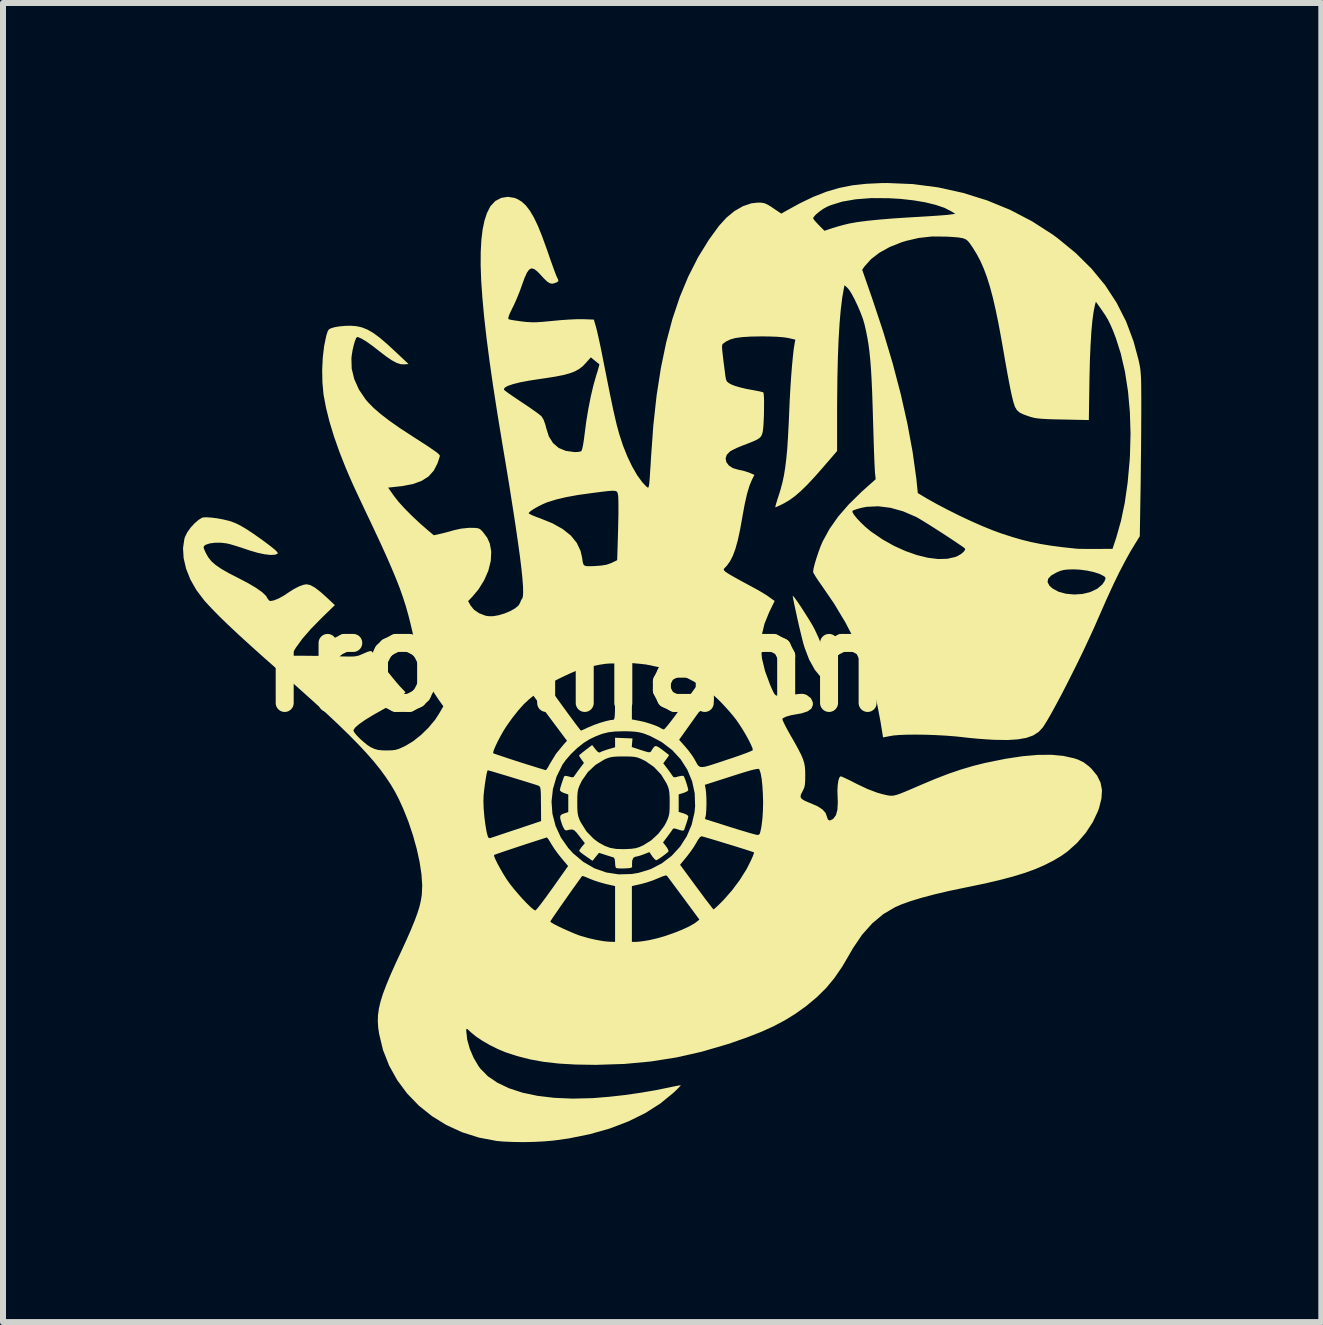
<source format=kicad_pcb>
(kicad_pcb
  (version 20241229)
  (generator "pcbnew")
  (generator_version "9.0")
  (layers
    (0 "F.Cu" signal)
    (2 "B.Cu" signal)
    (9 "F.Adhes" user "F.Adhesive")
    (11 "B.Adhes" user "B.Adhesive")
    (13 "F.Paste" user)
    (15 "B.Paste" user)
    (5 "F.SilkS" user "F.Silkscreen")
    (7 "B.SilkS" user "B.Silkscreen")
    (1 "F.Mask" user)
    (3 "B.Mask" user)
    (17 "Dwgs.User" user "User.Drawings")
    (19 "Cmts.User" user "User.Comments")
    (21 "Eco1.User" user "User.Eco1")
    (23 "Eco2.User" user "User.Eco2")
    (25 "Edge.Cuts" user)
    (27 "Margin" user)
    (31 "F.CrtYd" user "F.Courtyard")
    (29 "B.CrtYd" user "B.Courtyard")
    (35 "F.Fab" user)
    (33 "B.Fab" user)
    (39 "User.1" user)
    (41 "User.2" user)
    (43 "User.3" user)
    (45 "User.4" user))
  (footprint "ironmannew"
    (layer "F.Cu")
    (at 7.98 7.986)
    (property "Reference" "ironmannew" (at 0 0 0) (layer "F.SilkS") (effects (font (size 1.5 1.5) (thickness 0.3))))
    (attr board_only exclude_from_pos_files exclude_from_bom)
    (fp_poly (pts (xy 2.19 -1.101) (xy 2.217 -1.067) (xy 2.257 -1.012) (xy 2.305 -0.941) (xy 2.358 -0.86) (xy 2.412 -0.775) (xy 2.463 -0.693) (xy 2.507 -0.62) (xy 2.539 -0.561) (xy 2.542 -0.556) (xy 2.611 -0.408) (xy 2.674 -0.25) (xy 2.725 -0.099) (xy 2.747 -0.02) (xy 2.77 0.082) (xy 2.788 0.179) (xy 2.799 0.265) (xy 2.804 0.33) (xy 2.8 0.367) (xy 2.797 0.372) (xy 2.776 0.364) (xy 2.735 0.333) (xy 2.682 0.284) (xy 2.663 0.266) (xy 2.55 0.128) (xy 2.454 -0.044) (xy 2.377 -0.247) (xy 2.36 -0.303) (xy 2.343 -0.368) (xy 2.321 -0.457) (xy 2.296 -0.561) (xy 2.27 -0.673) (xy 2.245 -0.786) (xy 2.222 -0.893) (xy 2.202 -0.986) (xy 2.188 -1.057) (xy 2.181 -1.1) (xy 2.18 -1.106)) (stroke (width 0) (type solid)) (fill yes) (layer "F.SilkS"))
    (fp_poly (pts (xy -0.635 1.264) (xy -0.49 1.27) (xy -0.496 1.341) (xy -0.502 1.413) (xy -0.35 1.463) (xy -0.273 1.487) (xy -0.226 1.499) (xy -0.198 1.499) (xy -0.183 1.488) (xy -0.179 1.482) (xy -0.144 1.426) (xy -0.116 1.398) (xy -0.085 1.399) (xy -0.039 1.426) (xy 0.009 1.461) (xy 0.064 1.503) (xy 0.103 1.534) (xy 0.12 1.548) (xy 0.12 1.549) (xy 0.109 1.565) (xy 0.083 1.603) (xy 0.072 1.618) (xy 0.023 1.684) (xy 0.091 1.773) (xy 0.132 1.828) (xy 0.165 1.876) (xy 0.178 1.895) (xy 0.195 1.915) (xy 0.224 1.917) (xy 0.273 1.904) (xy 0.324 1.893) (xy 0.357 1.893) (xy 0.362 1.895) (xy 0.376 1.923) (xy 0.396 1.975) (xy 0.416 2.036) (xy 0.432 2.092) (xy 0.44 2.128) (xy 0.44 2.13) (xy 0.423 2.15) (xy 0.379 2.171) (xy 0.36 2.178) (xy 0.28 2.202) (xy 0.28 2.348) (xy 0.28 2.494) (xy 0.36 2.518) (xy 0.41 2.538) (xy 0.438 2.561) (xy 0.44 2.568) (xy 0.432 2.609) (xy 0.408 2.686) (xy 0.371 2.794) (xy 0.355 2.807) (xy 0.319 2.802) (xy 0.277 2.789) (xy 0.223 2.772) (xy 0.194 2.77) (xy 0.178 2.784) (xy 0.176 2.789) (xy 0.155 2.82) (xy 0.118 2.871) (xy 0.089 2.91) (xy 0.019 3.002) (xy 0.073 3.072) (xy 0.102 3.118) (xy 0.111 3.151) (xy 0.108 3.157) (xy 0.054 3.202) (xy -0.004 3.245) (xy -0.055 3.279) (xy -0.089 3.298) (xy -0.095 3.3) (xy -0.118 3.285) (xy -0.151 3.247) (xy -0.162 3.232) (xy -0.208 3.164) (xy -0.305 3.202) (xy -0.368 3.224) (xy -0.422 3.238) (xy -0.44 3.24) (xy -0.475 3.258) (xy -0.495 3.305) (xy -0.498 3.372) (xy -0.497 3.383) (xy -0.496 3.408) (xy -0.507 3.423) (xy -0.54 3.431) (xy -0.602 3.435) (xy -0.621 3.436) (xy -0.69 3.437) (xy -0.742 3.434) (xy -0.766 3.427) (xy -0.775 3.4) (xy -0.78 3.35) (xy -0.78 3.336) (xy -0.786 3.282) (xy -0.802 3.254) (xy -0.805 3.253) (xy -0.837 3.243) (xy -0.893 3.226) (xy -0.939 3.211) (xy -1.048 3.176) (xy -1.102 3.242) (xy -1.156 3.309) (xy -1.268 3.232) (xy -1.324 3.192) (xy -1.364 3.16) (xy -1.379 3.143) (xy -1.379 3.143) (xy -1.367 3.12) (xy -1.339 3.081) (xy -1.331 3.072) (xy -1.284 3.015) (xy -1.377 2.896) (xy -1.425 2.835) (xy -1.461 2.8) (xy -1.496 2.787) (xy -1.542 2.791) (xy -1.599 2.804) (xy -1.621 2.79) (xy -1.647 2.744) (xy -1.661 2.71) (xy -1.687 2.631) (xy -1.696 2.581) (xy -1.686 2.55) (xy -1.656 2.529) (xy -1.63 2.52) (xy -1.56 2.497) (xy -1.56 2.35) (xy -1.56 2.34) (xy -1.41 2.34) (xy -1.409 2.439) (xy -1.404 2.51) (xy -1.394 2.564) (xy -1.377 2.614) (xy -1.356 2.661) (xy -1.258 2.818) (xy -1.135 2.945) (xy -1.06 3) (xy -0.959 3.057) (xy -0.864 3.093) (xy -0.76 3.111) (xy -0.634 3.115) (xy -0.609 3.114) (xy -0.511 3.109) (xy -0.438 3.099) (xy -0.375 3.08) (xy -0.309 3.05) (xy -0.178 2.968) (xy -0.058 2.857) (xy 0.039 2.729) (xy 0.071 2.67) (xy 0.098 2.611) (xy 0.115 2.561) (xy 0.125 2.506) (xy 0.129 2.434) (xy 0.13 2.34) (xy 0.129 2.24) (xy 0.124 2.168) (xy 0.114 2.111) (xy 0.096 2.059) (xy 0.076 2.016) (xy -0.012 1.872) (xy -0.13 1.747) (xy -0.27 1.649) (xy -0.297 1.635) (xy -0.36 1.605) (xy -0.412 1.586) (xy -0.465 1.576) (xy -0.532 1.571) (xy -0.626 1.57) (xy -0.64 1.57) (xy -0.74 1.571) (xy -0.812 1.576) (xy -0.868 1.586) (xy -0.921 1.604) (xy -0.964 1.624) (xy -1.108 1.712) (xy -1.233 1.83) (xy -1.331 1.97) (xy -1.345 1.997) (xy -1.375 2.06) (xy -1.394 2.112) (xy -1.404 2.165) (xy -1.409 2.232) (xy -1.41 2.326) (xy -1.41 2.34) (xy -1.56 2.34) (xy -1.56 2.203) (xy -1.63 2.18) (xy -1.676 2.159) (xy -1.699 2.135) (xy -1.7 2.131) (xy -1.692 2.091) (xy -1.668 2.014) (xy -1.631 1.907) (xy -1.615 1.893) (xy -1.575 1.898) (xy -1.549 1.905) (xy -1.499 1.918) (xy -1.472 1.913) (xy -1.458 1.895) (xy -1.435 1.861) (xy -1.398 1.809) (xy -1.369 1.77) (xy -1.299 1.678) (xy -1.339 1.621) (xy -1.367 1.58) (xy -1.38 1.556) (xy -1.38 1.554) (xy -1.365 1.538) (xy -1.327 1.506) (xy -1.272 1.464) (xy -1.271 1.462) (xy -1.162 1.38) (xy -1.108 1.45) (xy -1.066 1.496) (xy -1.036 1.505) (xy -1.032 1.502) (xy -1.002 1.487) (xy -0.946 1.467) (xy -0.895 1.45) (xy -0.78 1.417) (xy -0.78 1.338) (xy -0.78 1.258)) (stroke (width 0) (type solid)) (fill yes) (layer "F.SilkS"))
    (fp_poly (pts (xy 4.185 -7.968) (xy 4.605 -7.913) (xy 5.017 -7.822) (xy 5.418 -7.697) (xy 5.803 -7.539) (xy 6.169 -7.348) (xy 6.513 -7.127) (xy 6.598 -7.064) (xy 6.898 -6.818) (xy 7.16 -6.558) (xy 7.387 -6.283) (xy 7.578 -5.99) (xy 7.736 -5.679) (xy 7.86 -5.348) (xy 7.943 -5.039) (xy 7.956 -4.979) (xy 7.967 -4.923) (xy 7.975 -4.867) (xy 7.98 -4.805) (xy 7.985 -4.73) (xy 7.987 -4.639) (xy 7.988 -4.525) (xy 7.989 -4.382) (xy 7.989 -4.206) (xy 7.989 -4.19) (xy 7.988 -4.004) (xy 7.987 -3.789) (xy 7.985 -3.557) (xy 7.982 -3.32) (xy 7.98 -3.09) (xy 7.977 -2.878) (xy 7.976 -2.825) (xy 7.964 -2.1) (xy 7.905 -2.005) (xy 7.81 -1.849) (xy 7.717 -1.681) (xy 7.621 -1.497) (xy 7.521 -1.291) (xy 7.414 -1.058) (xy 7.298 -0.794) (xy 7.266 -0.721) (xy 7.195 -0.56) (xy 7.114 -0.384) (xy 7.027 -0.198) (xy 6.934 -0.006) (xy 6.839 0.185) (xy 6.745 0.371) (xy 6.654 0.548) (xy 6.567 0.71) (xy 6.489 0.853) (xy 6.421 0.971) (xy 6.366 1.059) (xy 6.348 1.086) (xy 6.279 1.161) (xy 6.189 1.219) (xy 6.075 1.26) (xy 5.934 1.285) (xy 5.762 1.296) (xy 5.556 1.293) (xy 5.54 1.293) (xy 5.41 1.285) (xy 5.269 1.275) (xy 5.134 1.262) (xy 5.022 1.25) (xy 5.02 1.249) (xy 4.884 1.235) (xy 4.73 1.223) (xy 4.565 1.214) (xy 4.398 1.208) (xy 4.237 1.206) (xy 4.088 1.207) (xy 3.962 1.212) (xy 3.864 1.22) (xy 3.838 1.224) (xy 3.686 1.252) (xy 3.642 0.984) (xy 3.586 0.687) (xy 3.52 0.417) (xy 3.438 0.159) (xy 3.337 -0.098) (xy 3.231 -0.33) (xy 3.06 -0.66) (xy 2.87 -0.977) (xy 2.67 -1.269) (xy 2.623 -1.336) (xy 6.427 -1.336) (xy 6.457 -1.278) (xy 6.507 -1.231) (xy 6.608 -1.176) (xy 6.732 -1.142) (xy 6.87 -1.129) (xy 7.01 -1.138) (xy 7.138 -1.169) (xy 7.255 -1.225) (xy 7.339 -1.296) (xy 7.373 -1.345) (xy 7.392 -1.388) (xy 7.391 -1.413) (xy 7.368 -1.434) (xy 7.367 -1.434) (xy 7.298 -1.47) (xy 7.201 -1.502) (xy 7.085 -1.527) (xy 6.963 -1.543) (xy 6.87 -1.548) (xy 6.774 -1.546) (xy 6.703 -1.539) (xy 6.644 -1.524) (xy 6.58 -1.498) (xy 6.577 -1.496) (xy 6.487 -1.445) (xy 6.437 -1.391) (xy 6.427 -1.336) (xy 2.623 -1.336) (xy 2.613 -1.35) (xy 2.566 -1.421) (xy 2.534 -1.474) (xy 2.52 -1.503) (xy 2.52 -1.505) (xy 2.527 -1.558) (xy 2.546 -1.637) (xy 2.575 -1.733) (xy 2.609 -1.835) (xy 2.645 -1.933) (xy 2.679 -2.012) (xy 2.792 -2.219) (xy 2.936 -2.425) (xy 3.022 -2.524) (xy 3.176 -2.524) (xy 3.177 -2.499) (xy 3.204 -2.454) (xy 3.252 -2.395) (xy 3.316 -2.327) (xy 3.39 -2.257) (xy 3.47 -2.19) (xy 3.495 -2.171) (xy 3.677 -2.047) (xy 3.867 -1.94) (xy 4.059 -1.853) (xy 4.249 -1.786) (xy 4.433 -1.741) (xy 4.604 -1.72) (xy 4.757 -1.724) (xy 4.889 -1.754) (xy 4.926 -1.769) (xy 4.988 -1.805) (xy 5.032 -1.844) (xy 5.054 -1.878) (xy 5.049 -1.897) (xy 5.014 -1.924) (xy 4.951 -1.967) (xy 4.868 -2.023) (xy 4.77 -2.088) (xy 4.664 -2.157) (xy 4.556 -2.226) (xy 4.454 -2.291) (xy 4.362 -2.348) (xy 4.289 -2.392) (xy 4.24 -2.42) (xy 4.236 -2.422) (xy 4.02 -2.515) (xy 3.808 -2.574) (xy 3.604 -2.599) (xy 3.412 -2.59) (xy 3.32 -2.572) (xy 3.252 -2.553) (xy 3.2 -2.535) (xy 3.176 -2.524) (xy 3.022 -2.524) (xy 3.115 -2.631) (xy 3.33 -2.842) (xy 3.387 -2.893) (xy 3.563 -3.05) (xy 3.552 -3.152) (xy 3.549 -3.196) (xy 3.545 -3.274) (xy 3.54 -3.381) (xy 3.535 -3.513) (xy 3.53 -3.664) (xy 3.525 -3.828) (xy 3.52 -3.992) (xy 3.512 -4.263) (xy 3.504 -4.498) (xy 3.495 -4.702) (xy 3.485 -4.88) (xy 3.473 -5.035) (xy 3.459 -5.172) (xy 3.443 -5.296) (xy 3.424 -5.41) (xy 3.402 -5.52) (xy 3.377 -5.63) (xy 3.35 -5.723) (xy 3.31 -5.829) (xy 3.263 -5.939) (xy 3.213 -6.045) (xy 3.164 -6.137) (xy 3.12 -6.206) (xy 3.094 -6.237) (xy 3.044 -6.283) (xy 3.032 -6.227) (xy 3.005 -6.072) (xy 2.981 -5.878) (xy 2.961 -5.648) (xy 2.945 -5.383) (xy 2.933 -5.083) (xy 2.925 -4.752) (xy 2.921 -4.389) (xy 2.92 -4.195) (xy 2.92 -3.52) (xy 2.681 -3.243) (xy 2.541 -3.084) (xy 2.42 -2.955) (xy 2.313 -2.851) (xy 2.216 -2.767) (xy 2.125 -2.701) (xy 2.038 -2.65) (xy 1.972 -2.617) (xy 1.92 -2.593) (xy 1.893 -2.583) (xy 1.89 -2.583) (xy 1.893 -2.604) (xy 1.907 -2.653) (xy 1.928 -2.723) (xy 1.941 -2.76) (xy 1.977 -2.877) (xy 2.008 -2.992) (xy 2.034 -3.113) (xy 2.055 -3.243) (xy 2.073 -3.389) (xy 2.089 -3.554) (xy 2.101 -3.746) (xy 2.113 -3.968) (xy 2.121 -4.153) (xy 2.13 -4.36) (xy 2.141 -4.564) (xy 2.154 -4.758) (xy 2.168 -4.936) (xy 2.183 -5.092) (xy 2.197 -5.219) (xy 2.212 -5.312) (xy 2.224 -5.376) (xy 2.107 -5.403) (xy 2.03 -5.415) (xy 1.919 -5.424) (xy 1.78 -5.429) (xy 1.65 -5.43) (xy 1.476 -5.427) (xy 1.337 -5.418) (xy 1.226 -5.403) (xy 1.14 -5.379) (xy 1.073 -5.347) (xy 1.039 -5.323) (xy 1.025 -5.313) (xy 1.014 -5.304) (xy 1.007 -5.292) (xy 1.003 -5.271) (xy 1.003 -5.238) (xy 1.007 -5.187) (xy 1.015 -5.114) (xy 1.027 -5.014) (xy 1.044 -4.883) (xy 1.058 -4.771) (xy 1.068 -4.712) (xy 1.086 -4.676) (xy 1.122 -4.648) (xy 1.164 -4.626) (xy 1.224 -4.603) (xy 1.311 -4.578) (xy 1.409 -4.555) (xy 1.468 -4.544) (xy 1.555 -4.528) (xy 1.627 -4.514) (xy 1.676 -4.502) (xy 1.691 -4.496) (xy 1.697 -4.47) (xy 1.701 -4.413) (xy 1.703 -4.332) (xy 1.702 -4.236) (xy 1.701 -4.134) (xy 1.697 -4.034) (xy 1.692 -3.945) (xy 1.685 -3.874) (xy 1.679 -3.833) (xy 1.667 -3.793) (xy 1.65 -3.761) (xy 1.622 -3.733) (xy 1.578 -3.706) (xy 1.511 -3.676) (xy 1.415 -3.638) (xy 1.346 -3.612) (xy 1.265 -3.579) (xy 1.191 -3.544) (xy 1.137 -3.514) (xy 1.136 -3.513) (xy 1.082 -3.458) (xy 1.062 -3.397) (xy 1.074 -3.335) (xy 1.116 -3.279) (xy 1.183 -3.235) (xy 1.272 -3.209) (xy 1.353 -3.192) (xy 1.435 -3.167) (xy 1.456 -3.159) (xy 1.542 -3.122) (xy 1.501 -3.042) (xy 1.459 -2.94) (xy 1.418 -2.802) (xy 1.379 -2.628) (xy 1.341 -2.424) (xy 1.341 -2.42) (xy 1.303 -2.209) (xy 1.265 -2.033) (xy 1.225 -1.889) (xy 1.182 -1.773) (xy 1.134 -1.68) (xy 1.081 -1.607) (xy 1.069 -1.594) (xy 1.051 -1.576) (xy 1.037 -1.561) (xy 1.031 -1.548) (xy 1.035 -1.533) (xy 1.052 -1.514) (xy 1.087 -1.489) (xy 1.14 -1.456) (xy 1.217 -1.412) (xy 1.32 -1.355) (xy 1.452 -1.284) (xy 1.59 -1.209) (xy 1.668 -1.164) (xy 1.747 -1.115) (xy 1.794 -1.082) (xy 1.879 -1.021) (xy 1.788 -0.834) (xy 1.71 -0.642) (xy 1.664 -0.452) (xy 1.65 -0.261) (xy 1.668 -0.063) (xy 1.719 0.148) (xy 1.803 0.375) (xy 1.831 0.439) (xy 1.861 0.504) (xy 1.884 0.54) (xy 1.91 0.556) (xy 1.948 0.56) (xy 1.972 0.56) (xy 2.037 0.557) (xy 2.122 0.549) (xy 2.206 0.538) (xy 2.288 0.528) (xy 2.343 0.526) (xy 2.384 0.534) (xy 2.417 0.548) (xy 2.484 0.6) (xy 2.515 0.668) (xy 2.516 0.714) (xy 2.491 0.773) (xy 2.429 0.818) (xy 2.33 0.851) (xy 2.269 0.862) (xy 2.153 0.883) (xy 2.068 0.907) (xy 2.017 0.933) (xy 2.008 0.944) (xy 2.013 0.967) (xy 2.036 1.017) (xy 2.072 1.089) (xy 2.119 1.175) (xy 2.137 1.207) (xy 2.216 1.344) (xy 2.276 1.454) (xy 2.321 1.542) (xy 2.352 1.616) (xy 2.372 1.68) (xy 2.383 1.743) (xy 2.388 1.809) (xy 2.389 1.88) (xy 2.388 1.975) (xy 2.383 2.041) (xy 2.372 2.091) (xy 2.352 2.135) (xy 2.342 2.154) (xy 2.316 2.206) (xy 2.31 2.245) (xy 2.33 2.277) (xy 2.378 2.307) (xy 2.459 2.342) (xy 2.482 2.351) (xy 2.598 2.402) (xy 2.678 2.455) (xy 2.728 2.512) (xy 2.749 2.57) (xy 2.767 2.622) (xy 2.798 2.638) (xy 2.844 2.617) (xy 2.859 2.605) (xy 2.901 2.548) (xy 2.925 2.458) (xy 2.932 2.334) (xy 2.928 2.24) (xy 2.925 2.14) (xy 2.93 2.048) (xy 2.941 1.972) (xy 2.958 1.92) (xy 2.98 1.9) (xy 2.981 1.9) (xy 3.004 1.909) (xy 3.057 1.933) (xy 3.131 1.968) (xy 3.219 2.013) (xy 3.248 2.028) (xy 3.428 2.113) (xy 3.583 2.172) (xy 3.67 2.197) (xy 3.729 2.211) (xy 3.777 2.221) (xy 3.819 2.225) (xy 3.862 2.222) (xy 3.912 2.21) (xy 3.974 2.189) (xy 4.055 2.156) (xy 4.162 2.111) (xy 4.293 2.054) (xy 4.545 1.948) (xy 4.772 1.86) (xy 4.983 1.788) (xy 5.186 1.728) (xy 5.39 1.677) (xy 5.41 1.673) (xy 5.726 1.609) (xy 6.01 1.566) (xy 6.264 1.544) (xy 6.491 1.542) (xy 6.692 1.561) (xy 6.87 1.601) (xy 6.936 1.623) (xy 7.029 1.668) (xy 7.118 1.736) (xy 7.161 1.777) (xy 7.253 1.889) (xy 7.31 2.006) (xy 7.334 2.131) (xy 7.325 2.271) (xy 7.285 2.431) (xy 7.267 2.481) (xy 7.181 2.664) (xy 7.063 2.844) (xy 6.92 3.01) (xy 6.76 3.153) (xy 6.659 3.225) (xy 6.523 3.306) (xy 6.379 3.379) (xy 6.223 3.447) (xy 6.05 3.51) (xy 5.855 3.57) (xy 5.635 3.628) (xy 5.384 3.687) (xy 5.099 3.746) (xy 5.04 3.758) (xy 4.782 3.812) (xy 4.544 3.868) (xy 4.329 3.925) (xy 4.141 3.982) (xy 3.986 4.038) (xy 3.89 4.08) (xy 3.689 4.198) (xy 3.505 4.352) (xy 3.336 4.541) (xy 3.183 4.767) (xy 3.13 4.86) (xy 3.002 5.078) (xy 2.873 5.265) (xy 2.736 5.43) (xy 2.583 5.581) (xy 2.408 5.727) (xy 2.377 5.75) (xy 2.215 5.865) (xy 2.045 5.969) (xy 1.862 6.066) (xy 1.659 6.158) (xy 1.429 6.248) (xy 1.168 6.34) (xy 1.086 6.367) (xy 0.662 6.491) (xy 0.241 6.586) (xy -0.184 6.653) (xy -0.623 6.694) (xy -1.085 6.709) (xy -1.13 6.709) (xy -1.439 6.704) (xy -1.715 6.688) (xy -1.966 6.66) (xy -2.197 6.618) (xy -2.416 6.562) (xy -2.605 6.5) (xy -2.732 6.447) (xy -2.863 6.382) (xy -2.99 6.309) (xy -3.1 6.235) (xy -3.183 6.167) (xy -3.185 6.165) (xy -3.229 6.123) (xy -3.251 6.108) (xy -3.259 6.116) (xy -3.26 6.142) (xy -3.245 6.286) (xy -3.202 6.44) (xy -3.137 6.593) (xy -3.055 6.732) (xy -3.025 6.772) (xy -2.899 6.9) (xy -2.738 7.009) (xy -2.546 7.1) (xy -2.323 7.173) (xy -2.071 7.226) (xy -1.792 7.259) (xy -1.488 7.272) (xy -1.161 7.264) (xy -1.117 7.261) (xy -0.875 7.241) (xy -0.615 7.212) (xy -0.352 7.174) (xy -0.1 7.131) (xy 0.1 7.09) (xy 0.186 7.072) (xy 0.256 7.058) (xy 0.302 7.05) (xy 0.316 7.049) (xy 0.304 7.064) (xy 0.27 7.1) (xy 0.219 7.15) (xy 0.19 7.177) (xy -0.027 7.354) (xy -0.277 7.513) (xy -0.557 7.651) (xy -0.865 7.769) (xy -1.199 7.864) (xy -1.555 7.936) (xy -1.797 7.97) (xy -1.953 7.984) (xy -2.129 7.993) (xy -2.312 7.997) (xy -2.489 7.994) (xy -2.65 7.987) (xy -2.756 7.977) (xy -3.051 7.921) (xy -3.33 7.832) (xy -3.592 7.712) (xy -3.833 7.563) (xy -4.052 7.387) (xy -4.245 7.187) (xy -4.41 6.965) (xy -4.545 6.722) (xy -4.647 6.463) (xy -4.712 6.194) (xy -4.728 6.086) (xy -4.734 5.983) (xy -4.731 5.88) (xy -4.716 5.773) (xy -4.689 5.656) (xy -4.648 5.525) (xy -4.592 5.377) (xy -4.521 5.206) (xy -4.432 5.007) (xy -4.354 4.84) (xy -4.26 4.636) (xy -4.184 4.463) (xy -4.126 4.321) (xy -1.86 4.321) (xy -1.843 4.337) (xy -1.796 4.365) (xy -1.728 4.4) (xy -1.646 4.439) (xy -1.557 4.479) (xy -1.47 4.516) (xy -1.392 4.547) (xy -1.357 4.559) (xy -1.23 4.596) (xy -1.098 4.626) (xy -0.974 4.648) (xy -0.873 4.658) (xy -0.865 4.658) (xy -0.78 4.66) (xy -0.5 4.66) (xy -0.432 4.66) (xy -0.379 4.656) (xy -0.302 4.646) (xy -0.217 4.632) (xy -0.207 4.63) (xy -0.077 4.6) (xy 0.064 4.559) (xy 0.204 4.51) (xy 0.337 4.457) (xy 0.453 4.403) (xy 0.543 4.352) (xy 0.577 4.327) (xy 0.625 4.288) (xy 0.36 3.929) (xy 0.282 3.824) (xy 0.212 3.73) (xy 0.154 3.651) (xy 0.11 3.593) (xy 0.085 3.56) (xy 0.081 3.554) (xy 0.057 3.554) (xy 0.008 3.57) (xy -0.056 3.597) (xy -0.062 3.599) (xy -0.149 3.635) (xy -0.253 3.67) (xy -0.345 3.695) (xy -0.5 3.73) (xy -0.5 4.195) (xy -0.5 4.66) (xy -0.78 4.66) (xy -0.78 4.195) (xy -0.78 3.73) (xy -0.931 3.696) (xy -1.026 3.67) (xy -1.126 3.638) (xy -1.202 3.608) (xy -1.263 3.582) (xy -1.309 3.565) (xy -1.328 3.562) (xy -1.348 3.588) (xy -1.385 3.639) (xy -1.436 3.71) (xy -1.497 3.795) (xy -1.563 3.889) (xy -1.631 3.986) (xy -1.697 4.08) (xy -1.756 4.166) (xy -1.806 4.238) (xy -1.841 4.291) (xy -1.859 4.319) (xy -1.86 4.321) (xy -4.126 4.321) (xy -4.123 4.315) (xy -4.076 4.188) (xy -4.041 4.077) (xy -4.017 3.976) (xy -4.002 3.882) (xy -4.001 3.878) (xy -3.994 3.721) (xy -4.006 3.536) (xy -4.037 3.331) (xy -4.063 3.211) (xy -2.797 3.211) (xy -2.795 3.234) (xy -2.775 3.283) (xy -2.742 3.351) (xy -2.698 3.432) (xy -2.649 3.518) (xy -2.597 3.601) (xy -2.591 3.611) (xy -2.539 3.685) (xy -2.475 3.767) (xy -2.403 3.852) (xy -2.329 3.936) (xy -2.258 4.011) (xy -2.195 4.073) (xy -2.144 4.117) (xy -2.112 4.136) (xy -2.107 4.136) (xy -2.089 4.118) (xy -2.051 4.073) (xy -1.998 4.004) (xy -1.933 3.917) (xy -1.86 3.815) (xy -1.822 3.763) (xy -1.563 3.396) (xy -1.671 3.268) (xy -1.733 3.19) (xy -1.793 3.107) (xy -1.839 3.035) (xy -1.842 3.03) (xy -1.876 2.973) (xy -1.903 2.933) (xy -1.917 2.92) (xy -1.939 2.926) (xy -1.992 2.943) (xy -2.07 2.968) (xy -2.165 2.999) (xy -2.273 3.034) (xy -2.385 3.071) (xy -2.496 3.108) (xy -2.598 3.142) (xy -2.686 3.172) (xy -2.752 3.195) (xy -2.79 3.209) (xy -2.797 3.211) (xy -4.063 3.211) (xy -4.085 3.112) (xy -4.148 2.885) (xy -4.224 2.657) (xy -4.313 2.435) (xy -4.368 2.315) (xy -2.974 2.315) (xy -2.97 2.436) (xy -2.959 2.57) (xy -2.942 2.705) (xy -2.921 2.827) (xy -2.918 2.84) (xy -2.902 2.9) (xy -2.886 2.928) (xy -2.865 2.931) (xy -2.863 2.931) (xy -2.835 2.922) (xy -2.775 2.902) (xy -2.689 2.873) (xy -2.584 2.838) (xy -2.464 2.798) (xy -2.421 2.784) (xy -2.013 2.647) (xy -2.015 2.36) (xy -2.016 2.321) (xy -1.839 2.321) (xy -1.824 2.526) (xy -1.772 2.727) (xy -1.685 2.917) (xy -1.561 3.095) (xy -1.482 3.182) (xy -1.312 3.325) (xy -1.127 3.433) (xy -0.928 3.503) (xy -0.72 3.535) (xy -0.504 3.529) (xy -0.39 3.51) (xy -0.187 3.448) (xy -0.047 3.375) (xy 0.303 3.375) (xy 0.577 3.747) (xy 0.655 3.852) (xy 0.725 3.947) (xy 0.785 4.024) (xy 0.829 4.082) (xy 0.856 4.114) (xy 0.861 4.119) (xy 0.879 4.106) (xy 0.918 4.07) (xy 0.974 4.016) (xy 1.034 3.955) (xy 1.17 3.8) (xy 1.299 3.627) (xy 1.411 3.448) (xy 1.482 3.308) (xy 1.511 3.243) (xy 1.53 3.194) (xy 1.536 3.171) (xy 1.536 3.17) (xy 1.515 3.161) (xy 1.462 3.144) (xy 1.384 3.118) (xy 1.287 3.088) (xy 1.179 3.054) (xy 1.066 3.02) (xy 0.955 2.986) (xy 0.853 2.955) (xy 0.765 2.929) (xy 0.7 2.91) (xy 0.663 2.901) (xy 0.657 2.9) (xy 0.634 2.917) (xy 0.602 2.959) (xy 0.574 3.008) (xy 0.533 3.077) (xy 0.476 3.159) (xy 0.416 3.238) (xy 0.41 3.245) (xy 0.303 3.375) (xy -0.047 3.375) (xy -0.002 3.352) (xy 0.162 3.227) (xy 0.302 3.075) (xy 0.414 2.901) (xy 0.496 2.709) (xy 0.544 2.502) (xy 0.554 2.4) (xy 0.547 2.185) (xy 0.517 2.043) (xy 0.716 2.043) (xy 0.73 2.115) (xy 0.737 2.18) (xy 0.742 2.269) (xy 0.743 2.366) (xy 0.74 2.458) (xy 0.735 2.531) (xy 0.731 2.557) (xy 0.718 2.613) (xy 1.134 2.745) (xy 1.259 2.784) (xy 1.372 2.818) (xy 1.469 2.847) (xy 1.542 2.867) (xy 1.585 2.877) (xy 1.593 2.878) (xy 1.614 2.875) (xy 1.63 2.859) (xy 1.642 2.821) (xy 1.656 2.755) (xy 1.662 2.715) (xy 1.676 2.601) (xy 1.684 2.471) (xy 1.687 2.332) (xy 1.683 2.193) (xy 1.675 2.061) (xy 1.663 1.945) (xy 1.646 1.851) (xy 1.625 1.788) (xy 1.62 1.78) (xy 1.603 1.776) (xy 1.562 1.782) (xy 1.494 1.798) (xy 1.396 1.826) (xy 1.264 1.867) (xy 1.161 1.9) (xy 0.716 2.043) (xy 0.517 2.043) (xy 0.503 1.981) (xy 0.424 1.791) (xy 0.313 1.617) (xy 0.171 1.463) (xy 0.001 1.333) (xy -0.075 1.292) (xy 0.287 1.292) (xy 0.384 1.401) (xy 0.443 1.471) (xy 0.498 1.545) (xy 0.534 1.6) (xy 0.565 1.655) (xy 0.588 1.698) (xy 0.611 1.727) (xy 0.637 1.743) (xy 0.673 1.747) (xy 0.723 1.74) (xy 0.794 1.72) (xy 0.891 1.689) (xy 1.019 1.647) (xy 1.071 1.629) (xy 1.196 1.588) (xy 1.308 1.549) (xy 1.401 1.515) (xy 1.469 1.488) (xy 1.508 1.47) (xy 1.515 1.464) (xy 1.51 1.433) (xy 1.486 1.376) (xy 1.448 1.299) (xy 1.4 1.211) (xy 1.345 1.119) (xy 1.287 1.029) (xy 1.235 0.954) (xy 1.181 0.886) (xy 1.116 0.81) (xy 1.048 0.734) (xy 0.98 0.662) (xy 0.919 0.602) (xy 0.871 0.56) (xy 0.842 0.54) (xy 0.839 0.54) (xy 0.824 0.556) (xy 0.789 0.599) (xy 0.738 0.667) (xy 0.674 0.753) (xy 0.6 0.854) (xy 0.555 0.916) (xy 0.287 1.292) (xy -0.075 1.292) (xy -0.195 1.229) (xy -0.3 1.188) (xy -0.37 1.169) (xy -0.452 1.157) (xy -0.555 1.151) (xy -0.64 1.15) (xy -0.778 1.154) (xy -0.891 1.167) (xy -0.995 1.193) (xy -1.104 1.235) (xy -1.205 1.283) (xy -1.303 1.344) (xy -1.41 1.429) (xy -1.514 1.528) (xy -1.603 1.631) (xy -1.658 1.708) (xy -1.756 1.908) (xy -1.816 2.113) (xy -1.839 2.321) (xy -2.016 2.321) (xy -2.016 2.247) (xy -2.018 2.168) (xy -2.022 2.116) (xy -2.029 2.085) (xy -2.04 2.067) (xy -2.055 2.058) (xy -2.064 2.055) (xy -2.098 2.043) (xy -2.162 2.023) (xy -2.247 1.996) (xy -2.348 1.965) (xy -2.457 1.932) (xy -2.567 1.898) (xy -2.672 1.867) (xy -2.765 1.839) (xy -2.839 1.817) (xy -2.887 1.804) (xy -2.902 1.8) (xy -2.911 1.819) (xy -2.923 1.87) (xy -2.936 1.945) (xy -2.95 2.038) (xy -2.963 2.141) (xy -2.971 2.22) (xy -2.974 2.315) (xy -4.368 2.315) (xy -4.379 2.29) (xy -4.443 2.166) (xy -4.515 2.043) (xy -4.597 1.919) (xy -4.69 1.791) (xy -4.797 1.658) (xy -4.92 1.517) (xy -4.933 1.503) (xy -2.812 1.503) (xy -2.81 1.517) (xy -2.789 1.525) (xy -2.737 1.543) (xy -2.659 1.569) (xy -2.564 1.601) (xy -2.457 1.636) (xy -2.344 1.672) (xy -2.234 1.707) (xy -2.131 1.739) (xy -2.044 1.766) (xy -1.978 1.786) (xy -1.94 1.797) (xy -1.935 1.798) (xy -1.919 1.783) (xy -1.893 1.741) (xy -1.868 1.695) (xy -1.764 1.525) (xy -1.637 1.37) (xy -1.581 1.309) (xy -1.861 0.934) (xy -2.141 0.558) (xy -2.215 0.619) (xy -2.3 0.698) (xy -2.395 0.805) (xy -2.494 0.93) (xy -2.585 1.058) (xy -2.636 1.137) (xy -2.686 1.225) (xy -2.732 1.312) (xy -2.771 1.393) (xy -2.799 1.459) (xy -2.812 1.503) (xy -4.933 1.503) (xy -5.06 1.367) (xy -5.221 1.204) (xy -5.402 1.028) (xy -5.608 0.835) (xy -5.84 0.624) (xy -6.099 0.392) (xy -6.36 0.162) (xy -6.622 -0.069) (xy -6.854 -0.277) (xy -7.057 -0.462) (xy -7.232 -0.626) (xy -7.381 -0.771) (xy -7.505 -0.898) (xy -7.606 -1.007) (xy -7.631 -1.036) (xy -7.758 -1.204) (xy -7.858 -1.38) (xy -7.929 -1.559) (xy -7.97 -1.735) (xy -7.98 -1.903) (xy -7.957 -2.058) (xy -7.946 -2.091) (xy -7.911 -2.162) (xy -7.857 -2.239) (xy -7.791 -2.312) (xy -7.723 -2.371) (xy -7.663 -2.408) (xy -7.65 -2.412) (xy -7.595 -2.416) (xy -7.512 -2.411) (xy -7.414 -2.399) (xy -7.312 -2.38) (xy -7.217 -2.357) (xy -7.182 -2.347) (xy -7.104 -2.317) (xy -7.019 -2.275) (xy -6.921 -2.217) (xy -6.806 -2.141) (xy -6.667 -2.043) (xy -6.61 -2.001) (xy -6.51 -1.925) (xy -6.443 -1.87) (xy -6.407 -1.832) (xy -6.4 -1.812) (xy -6.401 -1.811) (xy -6.445 -1.792) (xy -6.52 -1.788) (xy -6.619 -1.799) (xy -6.737 -1.824) (xy -6.867 -1.862) (xy -6.903 -1.874) (xy -7.006 -1.909) (xy -7.107 -1.941) (xy -7.195 -1.967) (xy -7.25 -1.98) (xy -7.345 -1.992) (xy -7.444 -1.992) (xy -7.532 -1.981) (xy -7.599 -1.959) (xy -7.612 -1.951) (xy -7.632 -1.934) (xy -7.637 -1.913) (xy -7.626 -1.878) (xy -7.6 -1.82) (xy -7.559 -1.748) (xy -7.506 -1.682) (xy -7.434 -1.619) (xy -7.339 -1.554) (xy -7.216 -1.484) (xy -7.068 -1.408) (xy -6.899 -1.32) (xy -6.764 -1.24) (xy -6.662 -1.168) (xy -6.596 -1.105) (xy -6.57 -1.059) (xy -6.544 -1.027) (xy -6.521 -1.02) (xy -6.461 -1.032) (xy -6.382 -1.065) (xy -6.295 -1.113) (xy -6.238 -1.152) (xy -6.144 -1.213) (xy -6.051 -1.262) (xy -5.969 -1.292) (xy -5.92 -1.299) (xy -5.86 -1.286) (xy -5.784 -1.245) (xy -5.691 -1.174) (xy -5.587 -1.081) (xy -5.45 -0.952) (xy -5.677 -0.731) (xy -5.851 -0.553) (xy -5.993 -0.39) (xy -6.099 -0.243) (xy -6.137 -0.181) (xy -6.178 -0.108) (xy -5.954 -0.108) (xy -5.85 -0.107) (xy -5.721 -0.106) (xy -5.58 -0.103) (xy -5.444 -0.1) (xy -5.41 -0.099) (xy -5.29 -0.096) (xy -5.202 -0.095) (xy -5.138 -0.096) (xy -5.09 -0.102) (xy -5.05 -0.112) (xy -5.011 -0.128) (xy -4.971 -0.145) (xy -4.909 -0.172) (xy -4.862 -0.186) (xy -4.84 -0.185) (xy -4.823 -0.165) (xy -4.787 -0.119) (xy -4.735 -0.053) (xy -4.672 0.028) (xy -4.631 0.08) (xy -4.556 0.174) (xy -4.483 0.263) (xy -4.419 0.341) (xy -4.369 0.398) (xy -4.353 0.415) (xy -4.272 0.5) (xy -4.358 0.588) (xy -4.414 0.636) (xy -4.492 0.693) (xy -4.582 0.75) (xy -4.637 0.781) (xy -4.808 0.877) (xy -4.944 0.96) (xy -5.045 1.031) (xy -5.11 1.087) (xy -5.139 1.13) (xy -5.14 1.139) (xy -5.125 1.17) (xy -5.087 1.217) (xy -5.033 1.273) (xy -4.97 1.329) (xy -4.909 1.379) (xy -4.855 1.414) (xy -4.852 1.416) (xy -4.79 1.444) (xy -4.731 1.461) (xy -4.66 1.468) (xy -4.589 1.47) (xy -4.506 1.468) (xy -4.443 1.461) (xy -4.384 1.444) (xy -4.314 1.413) (xy -4.269 1.391) (xy -4.143 1.315) (xy -4.013 1.211) (xy -3.889 1.09) (xy -3.781 0.961) (xy -3.716 0.862) (xy -3.642 0.734) (xy -3.729 0.612) (xy -3.819 0.475) (xy -3.868 0.383) (xy -1.9 0.383) (xy -1.889 0.403) (xy -1.858 0.448) (xy -1.811 0.514) (xy -1.753 0.596) (xy -1.687 0.687) (xy -1.617 0.783) (xy -1.548 0.878) (xy -1.483 0.965) (xy -1.427 1.041) (xy -1.383 1.098) (xy -1.355 1.133) (xy -1.348 1.14) (xy -1.33 1.132) (xy -1.284 1.112) (xy -1.222 1.083) (xy -1.217 1.081) (xy -1.129 1.044) (xy -1.032 1.01) (xy -0.937 0.982) (xy -0.858 0.964) (xy -0.816 0.96) (xy -0.804 0.958) (xy -0.796 0.947) (xy -0.789 0.925) (xy -0.785 0.885) (xy -0.782 0.823) (xy -0.781 0.734) (xy -0.78 0.614) (xy -0.78 0.49) (xy -0.78 0.02) (xy -0.861 0.02) (xy -0.939 0.026) (xy -1.043 0.042) (xy -1.16 0.066) (xy -1.278 0.095) (xy -1.37 0.123) (xy -1.44 0.148) (xy -1.523 0.183) (xy -1.613 0.224) (xy -1.702 0.267) (xy -1.783 0.308) (xy -1.847 0.344) (xy -1.889 0.371) (xy -1.9 0.383) (xy -3.868 0.383) (xy -3.897 0.329) (xy -3.967 0.169) (xy -4.021 0.014) (xy -0.5 0.014) (xy -0.5 0.484) (xy -0.5 0.953) (xy -0.373 0.977) (xy -0.291 0.995) (xy -0.202 1.022) (xy -0.118 1.051) (xy -0.05 1.08) (xy -0.011 1.103) (xy 0.026 1.119) (xy 0.033 1.12) (xy 0.052 1.104) (xy 0.089 1.061) (xy 0.142 0.995) (xy 0.206 0.911) (xy 0.276 0.814) (xy 0.283 0.805) (xy 0.356 0.702) (xy 0.425 0.607) (xy 0.484 0.525) (xy 0.529 0.462) (xy 0.555 0.427) (xy 0.602 0.363) (xy 0.514 0.311) (xy 0.336 0.22) (xy 0.138 0.141) (xy -0.065 0.079) (xy -0.261 0.038) (xy -0.355 0.027) (xy -0.5 0.014) (xy -4.021 0.014) (xy -4.03 -0.011) (xy -4.089 -0.218) (xy -4.146 -0.458) (xy -4.151 -0.48) (xy -4.188 -0.639) (xy -4.226 -0.788) (xy -4.267 -0.934) (xy -4.314 -1.08) (xy -4.367 -1.231) (xy -4.43 -1.392) (xy -4.503 -1.567) (xy -4.588 -1.762) (xy -4.687 -1.98) (xy -4.802 -2.226) (xy -4.87 -2.37) (xy -4.953 -2.544) (xy -5.02 -2.687) (xy -5.076 -2.806) (xy -5.122 -2.905) (xy -5.161 -2.991) (xy -5.195 -3.068) (xy -5.228 -3.144) (xy -5.261 -3.222) (xy -5.265 -3.23) (xy -5.371 -3.498) (xy -5.464 -3.762) (xy -5.541 -4.015) (xy -5.599 -4.249) (xy -5.638 -4.459) (xy -5.639 -4.466) (xy -5.657 -4.663) (xy -5.661 -4.871) (xy -5.651 -5.078) (xy -5.628 -5.272) (xy -5.593 -5.441) (xy -5.589 -5.453) (xy -5.57 -5.513) (xy -5.549 -5.547) (xy -5.513 -5.566) (xy -5.455 -5.583) (xy -5.38 -5.596) (xy -5.286 -5.605) (xy -5.195 -5.608) (xy -5.095 -5.601) (xy -5.001 -5.581) (xy -4.908 -5.544) (xy -4.81 -5.488) (xy -4.703 -5.409) (xy -4.58 -5.304) (xy -4.483 -5.215) (xy -4.222 -4.97) (xy -4.292 -4.964) (xy -4.353 -4.967) (xy -4.421 -4.989) (xy -4.501 -5.032) (xy -4.599 -5.099) (xy -4.717 -5.19) (xy -4.829 -5.277) (xy -4.926 -5.346) (xy -5.006 -5.393) (xy -5.062 -5.418) (xy -5.078 -5.42) (xy -5.095 -5.402) (xy -5.115 -5.353) (xy -5.136 -5.282) (xy -5.155 -5.198) (xy -5.169 -5.11) (xy -5.174 -5.062) (xy -5.169 -4.891) (xy -5.126 -4.717) (xy -5.049 -4.545) (xy -4.939 -4.382) (xy -4.896 -4.332) (xy -4.804 -4.238) (xy -4.687 -4.137) (xy -4.543 -4.026) (xy -4.368 -3.903) (xy -4.159 -3.767) (xy -4.15 -3.761) (xy -4.009 -3.67) (xy -3.899 -3.599) (xy -3.817 -3.543) (xy -3.759 -3.502) (xy -3.723 -3.472) (xy -3.704 -3.451) (xy -3.7 -3.44) (xy -3.707 -3.412) (xy -3.724 -3.36) (xy -3.74 -3.313) (xy -3.802 -3.193) (xy -3.888 -3.096) (xy -4.003 -3.023) (xy -4.147 -2.97) (xy -4.325 -2.936) (xy -4.352 -2.933) (xy -4.562 -2.91) (xy -4.464 -2.77) (xy -4.389 -2.674) (xy -4.287 -2.562) (xy -4.165 -2.439) (xy -4.029 -2.312) (xy -3.916 -2.213) (xy -3.801 -2.116) (xy -3.696 -2.139) (xy -3.617 -2.158) (xy -3.524 -2.183) (xy -3.463 -2.201) (xy -3.343 -2.227) (xy -3.213 -2.24) (xy -3.19 -2.24) (xy -3.114 -2.239) (xy -3.065 -2.233) (xy -3.032 -2.219) (xy -3.001 -2.191) (xy -2.982 -2.17) (xy -2.911 -2.075) (xy -2.868 -1.98) (xy -2.847 -1.867) (xy -2.844 -1.837) (xy -2.852 -1.686) (xy -2.892 -1.526) (xy -2.962 -1.366) (xy -3.057 -1.213) (xy -3.156 -1.095) (xy -3.229 -1.019) (xy -3.19 -0.948) (xy -3.132 -0.876) (xy -3.046 -0.817) (xy -2.943 -0.777) (xy -2.895 -0.768) (xy -2.813 -0.767) (xy -2.719 -0.784) (xy -2.621 -0.813) (xy -2.528 -0.852) (xy -2.448 -0.897) (xy -2.39 -0.945) (xy -2.363 -0.99) (xy -2.363 -0.991) (xy -2.344 -1.039) (xy -2.328 -1.061) (xy -2.316 -1.095) (xy -2.312 -1.161) (xy -2.314 -1.261) (xy -2.324 -1.394) (xy -2.341 -1.562) (xy -2.366 -1.766) (xy -2.399 -2.004) (xy -2.439 -2.279) (xy -2.47 -2.483) (xy -2.22 -2.483) (xy -2.202 -2.469) (xy -2.155 -2.447) (xy -2.086 -2.419) (xy -2.035 -2.401) (xy -1.825 -2.316) (xy -1.653 -2.22) (xy -1.518 -2.112) (xy -1.419 -1.99) (xy -1.355 -1.855) (xy -1.329 -1.74) (xy -1.32 -1.674) (xy -1.308 -1.631) (xy -1.286 -1.609) (xy -1.246 -1.6) (xy -1.179 -1.601) (xy -1.115 -1.603) (xy -1.004 -1.612) (xy -0.92 -1.626) (xy -0.852 -1.65) (xy -0.837 -1.656) (xy -0.745 -1.701) (xy -0.73 -2.198) (xy -0.727 -2.34) (xy -0.724 -2.473) (xy -0.724 -2.59) (xy -0.725 -2.685) (xy -0.727 -2.752) (xy -0.729 -2.777) (xy -0.735 -2.809) (xy -0.742 -2.832) (xy -0.757 -2.848) (xy -0.784 -2.856) (xy -0.828 -2.858) (xy -0.895 -2.853) (xy -0.99 -2.842) (xy -1.117 -2.826) (xy -1.17 -2.819) (xy -1.401 -2.787) (xy -1.597 -2.751) (xy -1.762 -2.712) (xy -1.903 -2.668) (xy -1.921 -2.662) (xy -1.994 -2.63) (xy -2.069 -2.592) (xy -2.137 -2.553) (xy -2.19 -2.517) (xy -2.218 -2.49) (xy -2.22 -2.483) (xy -2.47 -2.483) (xy -2.487 -2.591) (xy -2.542 -2.941) (xy -2.606 -3.328) (xy -2.66 -3.65) (xy -2.741 -4.143) (xy -2.804 -4.549) (xy -2.633 -4.549) (xy -2.63 -4.54) (xy -2.609 -4.522) (xy -2.561 -4.486) (xy -2.49 -4.437) (xy -2.403 -4.378) (xy -2.333 -4.331) (xy -2.235 -4.266) (xy -2.146 -4.204) (xy -2.073 -4.152) (xy -2.022 -4.112) (xy -2.004 -4.095) (xy -1.97 -4.039) (xy -1.94 -3.953) (xy -1.929 -3.907) (xy -1.884 -3.764) (xy -1.814 -3.652) (xy -1.719 -3.571) (xy -1.6 -3.522) (xy -1.454 -3.502) (xy -1.45 -3.502) (xy -1.392 -3.505) (xy -1.35 -3.514) (xy -1.344 -3.517) (xy -1.331 -3.544) (xy -1.316 -3.606) (xy -1.301 -3.699) (xy -1.289 -3.792) (xy -1.261 -4.009) (xy -1.225 -4.226) (xy -1.184 -4.433) (xy -1.14 -4.619) (xy -1.097 -4.77) (xy -1.072 -4.85) (xy -1.053 -4.916) (xy -1.043 -4.957) (xy -1.042 -4.967) (xy -1.061 -4.981) (xy -1.1 -5.012) (xy -1.117 -5.026) (xy -1.184 -5.081) (xy -1.265 -4.99) (xy -1.319 -4.933) (xy -1.379 -4.887) (xy -1.448 -4.848) (xy -1.533 -4.816) (xy -1.638 -4.787) (xy -1.769 -4.761) (xy -1.933 -4.735) (xy -2.035 -4.72) (xy -2.212 -4.693) (xy -2.361 -4.665) (xy -2.48 -4.635) (xy -2.566 -4.606) (xy -2.618 -4.577) (xy -2.633 -4.549) (xy -2.804 -4.549) (xy -2.812 -4.598) (xy -2.872 -5.017) (xy -2.922 -5.402) (xy -2.962 -5.752) (xy -2.991 -6.07) (xy -3.011 -6.357) (xy -3.02 -6.613) (xy -3.019 -6.84) (xy -3.008 -7.04) (xy -2.987 -7.213) (xy -2.956 -7.361) (xy -2.915 -7.485) (xy -2.865 -7.585) (xy -2.853 -7.604) (xy -2.775 -7.687) (xy -2.677 -7.738) (xy -2.568 -7.756) (xy -2.456 -7.738) (xy -2.406 -7.718) (xy -2.334 -7.674) (xy -2.266 -7.611) (xy -2.2 -7.525) (xy -2.135 -7.415) (xy -2.068 -7.276) (xy -1.999 -7.106) (xy -1.924 -6.9) (xy -1.9 -6.832) (xy -1.86 -6.715) (xy -1.822 -6.609) (xy -1.789 -6.518) (xy -1.764 -6.452) (xy -1.749 -6.418) (xy -1.727 -6.372) (xy -1.726 -6.349) (xy -1.751 -6.332) (xy -1.778 -6.321) (xy -1.824 -6.308) (xy -1.866 -6.315) (xy -1.912 -6.344) (xy -1.97 -6.4) (xy -2.003 -6.437) (xy -2.072 -6.509) (xy -2.127 -6.552) (xy -2.172 -6.564) (xy -2.212 -6.544) (xy -2.25 -6.49) (xy -2.29 -6.401) (xy -2.33 -6.29) (xy -2.37 -6.179) (xy -2.418 -6.061) (xy -2.466 -5.953) (xy -2.492 -5.901) (xy -2.536 -5.809) (xy -2.558 -5.749) (xy -2.558 -5.72) (xy -2.556 -5.718) (xy -2.528 -5.709) (xy -2.469 -5.698) (xy -2.39 -5.687) (xy -2.335 -5.679) (xy -2.25 -5.67) (xy -2.172 -5.666) (xy -2.09 -5.666) (xy -1.996 -5.672) (xy -1.876 -5.683) (xy -1.813 -5.689) (xy -1.687 -5.701) (xy -1.557 -5.71) (xy -1.438 -5.716) (xy -1.341 -5.717) (xy -1.312 -5.717) (xy -1.134 -5.71) (xy -1.096 -5.58) (xy -1.08 -5.517) (xy -1.059 -5.424) (xy -1.034 -5.311) (xy -1.008 -5.187) (xy -0.989 -5.09) (xy -0.942 -4.853) (xy -0.902 -4.652) (xy -0.868 -4.482) (xy -0.838 -4.338) (xy -0.813 -4.218) (xy -0.79 -4.116) (xy -0.77 -4.029) (xy -0.752 -3.953) (xy -0.733 -3.884) (xy -0.715 -3.817) (xy -0.71 -3.8) (xy -0.648 -3.61) (xy -0.575 -3.428) (xy -0.495 -3.261) (xy -0.411 -3.115) (xy -0.325 -2.998) (xy -0.264 -2.933) (xy -0.236 -2.91) (xy -0.222 -2.915) (xy -0.214 -2.954) (xy -0.212 -2.963) (xy -0.208 -3.003) (xy -0.202 -3.076) (xy -0.196 -3.175) (xy -0.188 -3.29) (xy -0.181 -3.417) (xy -0.18 -3.429) (xy -0.142 -3.954) (xy -0.088 -4.445) (xy -0.017 -4.901) (xy 0.071 -5.327) (xy 0.176 -5.722) (xy 0.299 -6.089) (xy 0.441 -6.43) (xy 0.498 -6.541) (xy 3.338 -6.541) (xy 3.508 -6.052) (xy 3.688 -5.51) (xy 3.846 -4.981) (xy 3.981 -4.467) (xy 4.092 -3.972) (xy 4.179 -3.5) (xy 4.241 -3.054) (xy 4.251 -2.954) (xy 4.265 -2.819) (xy 4.417 -2.728) (xy 4.581 -2.636) (xy 4.764 -2.54) (xy 4.958 -2.443) (xy 5.154 -2.351) (xy 5.342 -2.268) (xy 5.515 -2.198) (xy 5.66 -2.145) (xy 5.837 -2.088) (xy 5.998 -2.041) (xy 6.153 -2.003) (xy 6.31 -1.971) (xy 6.48 -1.943) (xy 6.671 -1.918) (xy 6.893 -1.894) (xy 6.9 -1.893) (xy 6.946 -1.89) (xy 7.022 -1.889) (xy 7.118 -1.888) (xy 7.224 -1.888) (xy 7.24 -1.888) (xy 7.51 -1.89) (xy 7.573 -2.081) (xy 7.651 -2.357) (xy 7.714 -2.66) (xy 7.762 -2.995) (xy 7.795 -3.364) (xy 7.8 -3.44) (xy 7.81 -3.806) (xy 7.799 -4.166) (xy 7.768 -4.513) (xy 7.717 -4.841) (xy 7.647 -5.145) (xy 7.566 -5.4) (xy 7.518 -5.526) (xy 7.475 -5.625) (xy 7.434 -5.708) (xy 7.387 -5.786) (xy 7.329 -5.872) (xy 7.324 -5.879) (xy 7.232 -6.008) (xy 7.216 -5.949) (xy 7.194 -5.84) (xy 7.174 -5.693) (xy 7.157 -5.51) (xy 7.144 -5.293) (xy 7.133 -5.043) (xy 7.126 -4.764) (xy 7.125 -4.703) (xy 7.115 -4.036) (xy 6.683 -4.045) (xy 6.534 -4.048) (xy 6.418 -4.052) (xy 6.329 -4.057) (xy 6.259 -4.064) (xy 6.203 -4.073) (xy 6.153 -4.086) (xy 6.118 -4.097) (xy 6.027 -4.129) (xy 5.962 -4.161) (xy 5.917 -4.201) (xy 5.884 -4.257) (xy 5.857 -4.338) (xy 5.833 -4.435) (xy 5.814 -4.523) (xy 5.791 -4.639) (xy 5.765 -4.775) (xy 5.739 -4.92) (xy 5.713 -5.064) (xy 5.711 -5.08) (xy 5.658 -5.381) (xy 5.609 -5.646) (xy 5.561 -5.878) (xy 5.514 -6.082) (xy 5.466 -6.26) (xy 5.417 -6.417) (xy 5.365 -6.557) (xy 5.31 -6.682) (xy 5.25 -6.796) (xy 5.184 -6.904) (xy 5.163 -6.935) (xy 5.127 -6.987) (xy 5.095 -7.024) (xy 5.06 -7.05) (xy 5.013 -7.067) (xy 4.949 -7.078) (xy 4.86 -7.086) (xy 4.738 -7.093) (xy 4.501 -7.095) (xy 4.282 -7.071) (xy 4.066 -7.021) (xy 3.99 -6.997) (xy 3.797 -6.92) (xy 3.627 -6.826) (xy 3.487 -6.719) (xy 3.381 -6.601) (xy 3.379 -6.599) (xy 3.338 -6.541) (xy 0.498 -6.541) (xy 0.602 -6.747) (xy 0.783 -7.04) (xy 0.95 -7.27) (xy 1.066 -7.398) (xy 2.52 -7.398) (xy 2.533 -7.376) (xy 2.568 -7.335) (xy 2.615 -7.285) (xy 2.709 -7.19) (xy 2.843 -7.235) (xy 2.936 -7.263) (xy 3.043 -7.292) (xy 3.123 -7.311) (xy 3.252 -7.334) (xy 3.418 -7.356) (xy 3.617 -7.376) (xy 3.846 -7.395) (xy 4.102 -7.412) (xy 4.241 -7.42) (xy 4.376 -7.428) (xy 4.504 -7.436) (xy 4.618 -7.444) (xy 4.71 -7.451) (xy 4.771 -7.456) (xy 4.781 -7.458) (xy 4.89 -7.472) (xy 4.82 -7.516) (xy 4.708 -7.573) (xy 4.562 -7.622) (xy 4.387 -7.665) (xy 4.189 -7.698) (xy 3.973 -7.722) (xy 3.78 -7.733) (xy 3.49 -7.735) (xy 3.231 -7.715) (xy 3.005 -7.676) (xy 2.812 -7.616) (xy 2.749 -7.589) (xy 2.685 -7.553) (xy 2.621 -7.507) (xy 2.566 -7.461) (xy 2.53 -7.42) (xy 2.52 -7.398) (xy 1.066 -7.398) (xy 1.075 -7.408) (xy 1.21 -7.519) (xy 1.351 -7.6) (xy 1.492 -7.648) (xy 1.601 -7.66) (xy 1.663 -7.658) (xy 1.713 -7.648) (xy 1.764 -7.625) (xy 1.829 -7.585) (xy 1.853 -7.568) (xy 1.99 -7.476) (xy 2.05 -7.511) (xy 2.296 -7.646) (xy 2.522 -7.755) (xy 2.738 -7.84) (xy 2.951 -7.903) (xy 3.17 -7.947) (xy 3.403 -7.973) (xy 3.659 -7.985) (xy 3.76 -7.986)) (stroke (width 0) (type solid)) (fill yes) (layer "F.SilkS")))
  (gr_rect
    (start -3 -3)
    (end 18.969 18.982)
    (stroke (width 0.1) (type default))
    (fill no)
    (layer "Edge.Cuts")))
</source>
